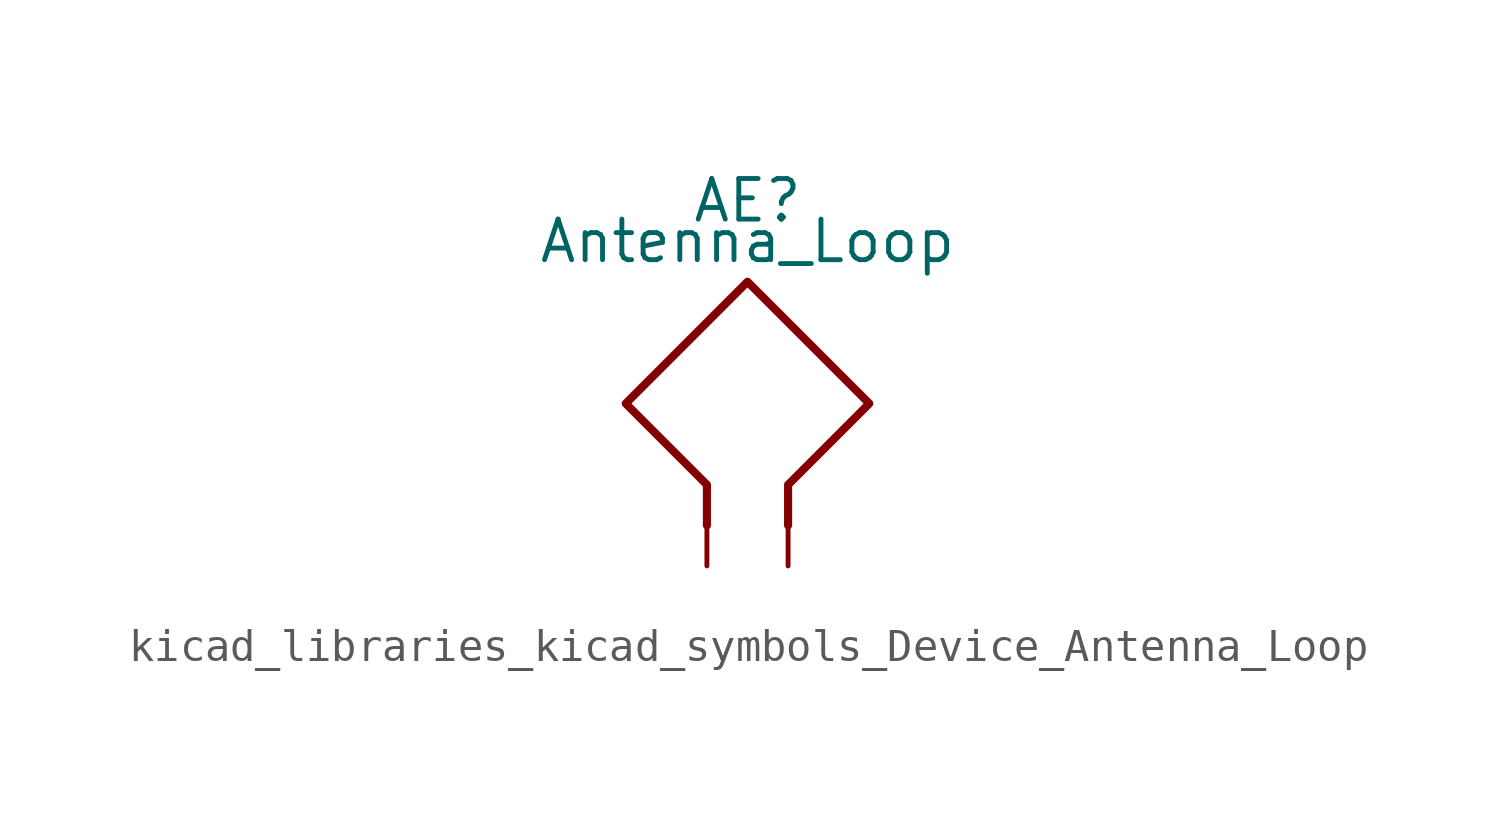
<source format=kicad_sym>
(kicad_symbol_lib
  (version 20220914)
  (generator kicad_symbol_editor)
  (symbol "kicad_libraries_kicad_symbols_Device_Antenna_Loop"
    (pin_numbers hide)
    (pin_names
      (offset 1.016) hide)
    (property "Reference" "AE"
      (at 1.27 6.35 0)
      (effects (font (size 1.27 1.27))))
    (property "Value" "Antenna_Loop"
      (at 1.27 5.08 0)
      (effects (font (size 1.27 1.27))))
    (symbol "kicad_libraries_kicad_symbols_Device_Antenna_Loop_0_1"
      (polyline (pts (xy 2.54 -3.81) (xy 2.54 -2.54) (xy 5.08 0) (xy 1.27 3.81) (xy -2.54 0) (xy 0 -2.54) (xy 0 -3.81)) (stroke (width 0.254) (type default)) (fill (type none))))
    (symbol "kicad_libraries_kicad_symbols_Device_Antenna_Loop_1_1"
      (pin input line (at 0 -5.08 90) (length 2.54) (name "~" (effects (font (size 1.27 1.27)))) (number "1" (effects (font (size 1.27 1.27)))))
      (pin input line (at 2.54 -5.08 90) (length 2.54) (name "~" (effects (font (size 1.27 1.27)))) (number "2" (effects (font (size 1.27 1.27))))))))
</source>
